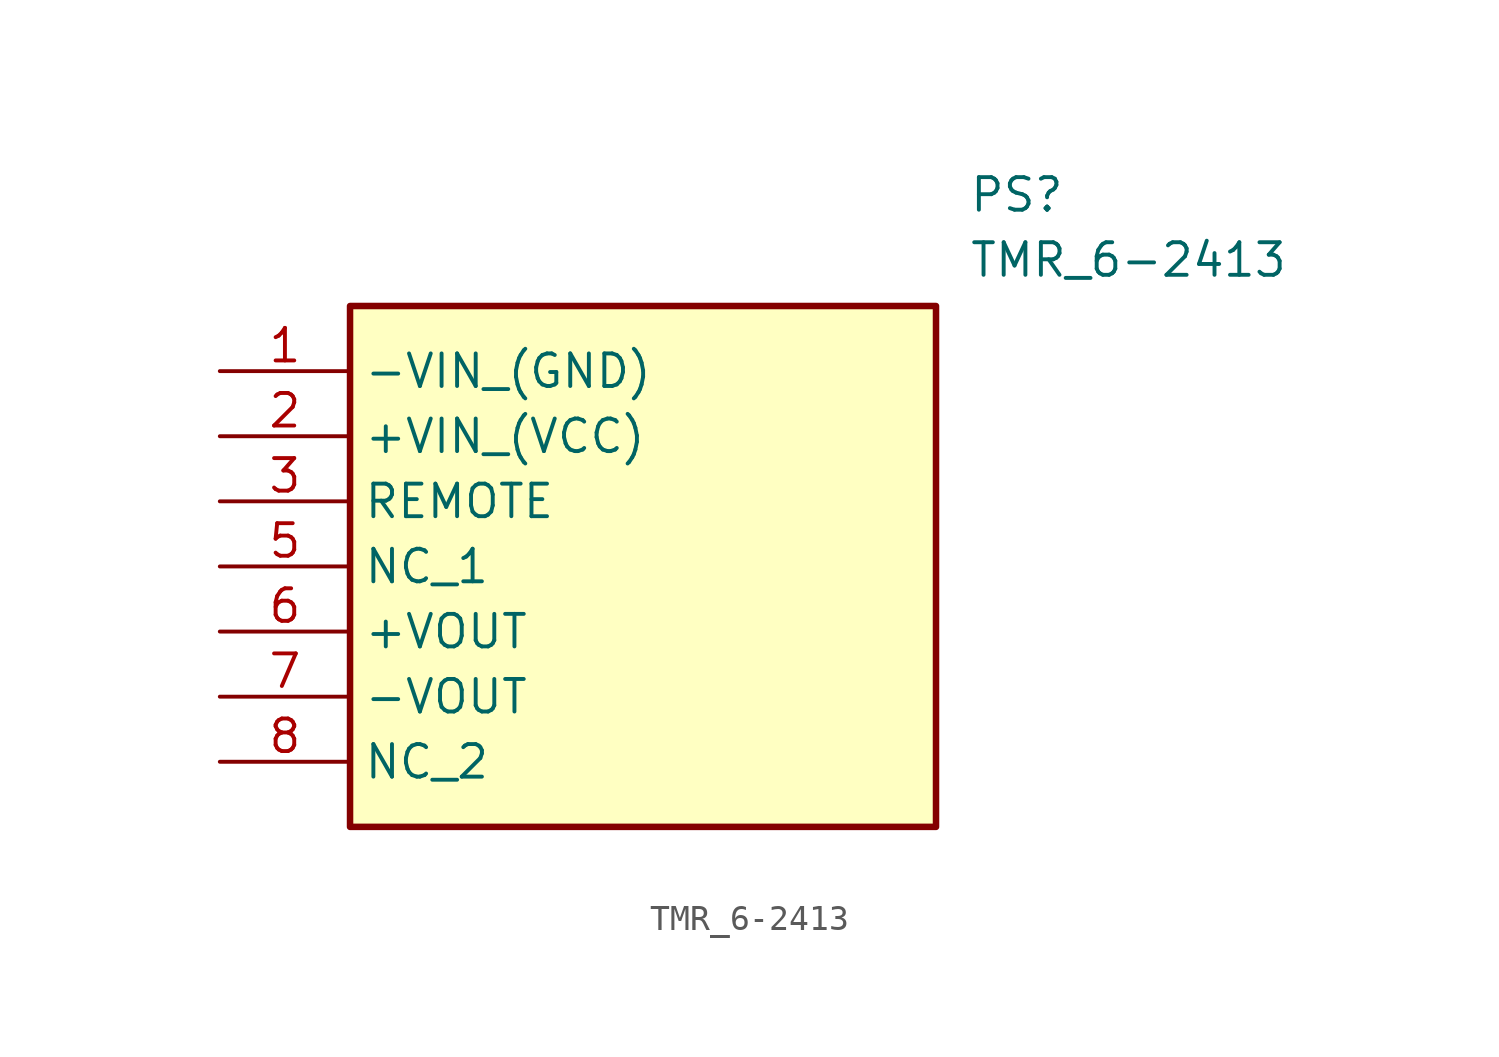
<source format=kicad_sym>
(kicad_symbol_lib
  (version 20211014)
  (generator SamacSys_ECAD_Model)
  (symbol "TMR_6-2413"
    (property "Reference" "PS"
      (at 29.21 7.62 0)
      (effects (font (size 1.27 1.27)) (justify left top)))
    (property "Value" "TMR_6-2413"
      (at 29.21 5.08 0)
      (effects (font (size 1.27 1.27)) (justify left top)))
    (rectangle
      (start 5.08 2.54)
      (end 27.94 -17.78)
      (stroke (width 0.254) (type default))
      (fill (type background)))
    (pin passive line
      (at 0 0 0)
      (length 5.08)
      (name "-VIN_(GND)" (effects (font (size 1.27 1.27))))
      (number "1" (effects (font (size 1.27 1.27)))))
    (pin passive line
      (at 0 -2.54 0)
      (length 5.08)
      (name "+VIN_(VCC)" (effects (font (size 1.27 1.27))))
      (number "2" (effects (font (size 1.27 1.27)))))
    (pin passive line
      (at 0 -5.08 0)
      (length 5.08)
      (name "REMOTE" (effects (font (size 1.27 1.27))))
      (number "3" (effects (font (size 1.27 1.27)))))
    (pin passive line
      (at 0 -7.62 0)
      (length 5.08)
      (name "NC_1" (effects (font (size 1.27 1.27))))
      (number "5" (effects (font (size 1.27 1.27)))))
    (pin passive line
      (at 0 -10.16 0)
      (length 5.08)
      (name "+VOUT" (effects (font (size 1.27 1.27))))
      (number "6" (effects (font (size 1.27 1.27)))))
    (pin passive line
      (at 0 -12.7 0)
      (length 5.08)
      (name "-VOUT" (effects (font (size 1.27 1.27))))
      (number "7" (effects (font (size 1.27 1.27)))))
    (pin passive line
      (at 0 -15.24 0)
      (length 5.08)
      (name "NC_2" (effects (font (size 1.27 1.27))))
      (number "8" (effects (font (size 1.27 1.27)))))))
</source>
